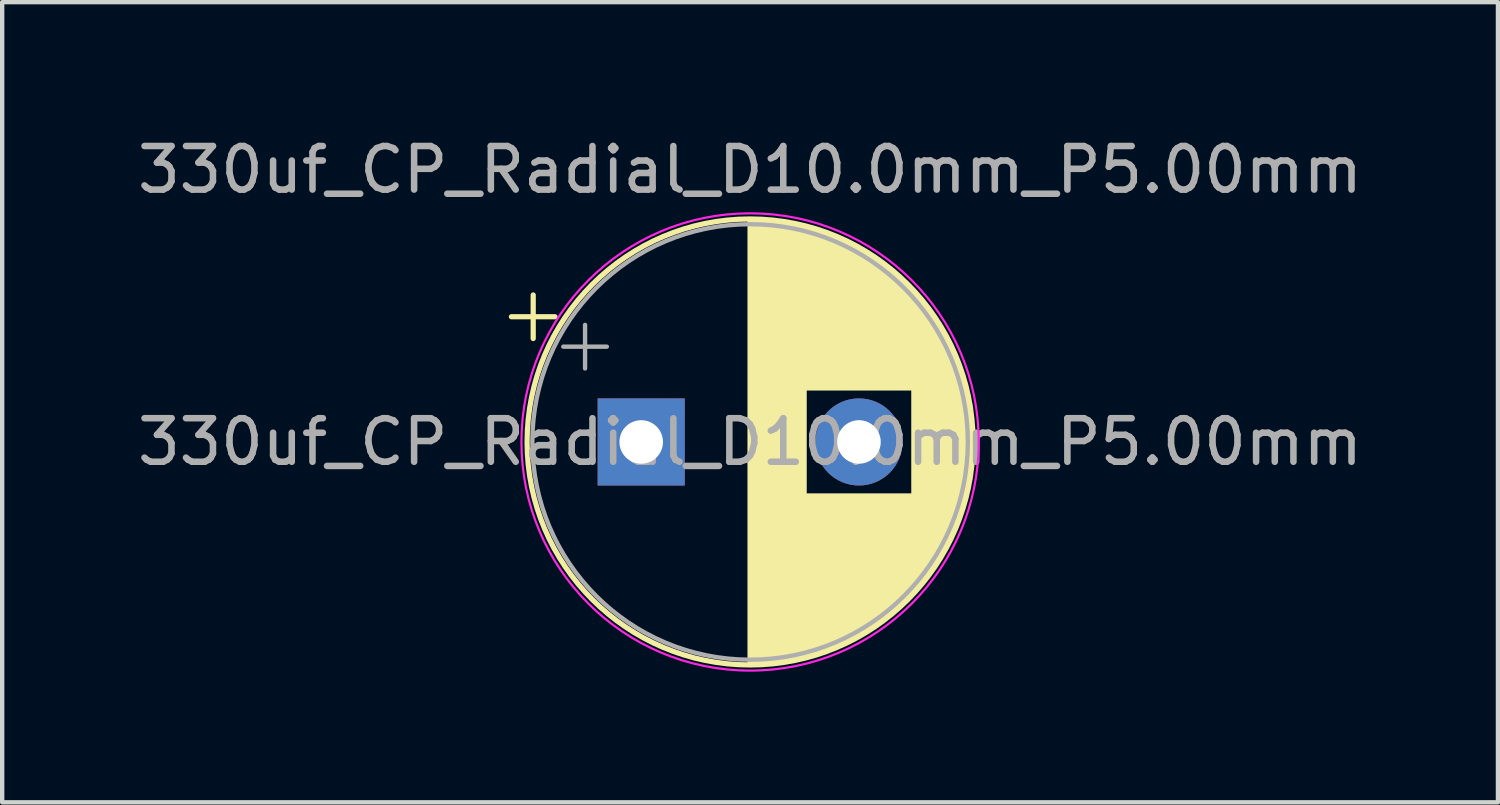
<source format=kicad_pcb>
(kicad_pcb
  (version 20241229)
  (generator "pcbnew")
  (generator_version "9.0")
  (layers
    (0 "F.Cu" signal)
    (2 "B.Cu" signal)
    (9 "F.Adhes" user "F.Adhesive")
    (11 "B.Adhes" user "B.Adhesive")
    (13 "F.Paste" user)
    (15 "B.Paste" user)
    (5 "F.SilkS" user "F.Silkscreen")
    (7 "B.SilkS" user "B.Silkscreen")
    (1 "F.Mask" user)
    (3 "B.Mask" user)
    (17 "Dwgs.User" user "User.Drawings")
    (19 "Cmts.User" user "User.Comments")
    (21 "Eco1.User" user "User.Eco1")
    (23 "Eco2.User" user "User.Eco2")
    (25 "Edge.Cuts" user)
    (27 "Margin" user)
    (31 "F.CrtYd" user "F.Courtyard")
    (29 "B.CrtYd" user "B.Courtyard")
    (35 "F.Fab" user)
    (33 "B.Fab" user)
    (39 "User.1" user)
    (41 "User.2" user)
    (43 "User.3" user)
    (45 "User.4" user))
  (footprint "330uf_CP_Radial_D10.0mm_P5.00mm"
    (layer "F.Cu")
    (at 11.673 7.098)
    (property "Reference" "330uf_CP_Radial_D10.0mm_P5.00mm" (at 2.5 -6.25 0) (layer "F.Fab") (effects (font (size 1 1) (thickness 0.15))))
    (attr through_hole)
    (fp_line (start -2.98 -2.875) (end -1.98 -2.875) (stroke (width 0.12) (type solid)) (layer "F.SilkS"))
    (fp_line (start -2.48 -3.375) (end -2.48 -2.375) (stroke (width 0.12) (type solid)) (layer "F.SilkS"))
    (fp_line (start 2.5 -5.08) (end 2.5 5.08) (stroke (width 0.12) (type solid)) (layer "F.SilkS"))
    (fp_line (start 2.54 -5.08) (end 2.54 5.08) (stroke (width 0.12) (type solid)) (layer "F.SilkS"))
    (fp_line (start 2.58 -5.08) (end 2.58 5.08) (stroke (width 0.12) (type solid)) (layer "F.SilkS"))
    (fp_line (start 2.62 -5.079) (end 2.62 5.079) (stroke (width 0.12) (type solid)) (layer "F.SilkS"))
    (fp_line (start 2.66 -5.078) (end 2.66 5.078) (stroke (width 0.12) (type solid)) (layer "F.SilkS"))
    (fp_line (start 2.7 -5.077) (end 2.7 5.077) (stroke (width 0.12) (type solid)) (layer "F.SilkS"))
    (fp_line (start 2.74 -5.075) (end 2.74 5.075) (stroke (width 0.12) (type solid)) (layer "F.SilkS"))
    (fp_line (start 2.78 -5.073) (end 2.78 5.073) (stroke (width 0.12) (type solid)) (layer "F.SilkS"))
    (fp_line (start 2.82 -5.07) (end 2.82 5.07) (stroke (width 0.12) (type solid)) (layer "F.SilkS"))
    (fp_line (start 2.86 -5.068) (end 2.86 5.068) (stroke (width 0.12) (type solid)) (layer "F.SilkS"))
    (fp_line (start 2.9 -5.065) (end 2.9 5.065) (stroke (width 0.12) (type solid)) (layer "F.SilkS"))
    (fp_line (start 2.94 -5.062) (end 2.94 5.062) (stroke (width 0.12) (type solid)) (layer "F.SilkS"))
    (fp_line (start 2.98 -5.058) (end 2.98 5.058) (stroke (width 0.12) (type solid)) (layer "F.SilkS"))
    (fp_line (start 3.02 -5.054) (end 3.02 5.054) (stroke (width 0.12) (type solid)) (layer "F.SilkS"))
    (fp_line (start 3.06 -5.05) (end 3.06 5.05) (stroke (width 0.12) (type solid)) (layer "F.SilkS"))
    (fp_line (start 3.1 -5.045) (end 3.1 5.045) (stroke (width 0.12) (type solid)) (layer "F.SilkS"))
    (fp_line (start 3.14 -5.04) (end 3.14 5.04) (stroke (width 0.12) (type solid)) (layer "F.SilkS"))
    (fp_line (start 3.18 -5.035) (end 3.18 5.035) (stroke (width 0.12) (type solid)) (layer "F.SilkS"))
    (fp_line (start 3.221 -5.03) (end 3.221 5.03) (stroke (width 0.12) (type solid)) (layer "F.SilkS"))
    (fp_line (start 3.261 -5.024) (end 3.261 5.024) (stroke (width 0.12) (type solid)) (layer "F.SilkS"))
    (fp_line (start 3.301 -5.018) (end 3.301 5.018) (stroke (width 0.12) (type solid)) (layer "F.SilkS"))
    (fp_line (start 3.341 -5.011) (end 3.341 5.011) (stroke (width 0.12) (type solid)) (layer "F.SilkS"))
    (fp_line (start 3.381 -5.004) (end 3.381 5.004) (stroke (width 0.12) (type solid)) (layer "F.SilkS"))
    (fp_line (start 3.421 -4.997) (end 3.421 4.997) (stroke (width 0.12) (type solid)) (layer "F.SilkS"))
    (fp_line (start 3.461 -4.99) (end 3.461 4.99) (stroke (width 0.12) (type solid)) (layer "F.SilkS"))
    (fp_line (start 3.501 -4.982) (end 3.501 4.982) (stroke (width 0.12) (type solid)) (layer "F.SilkS"))
    (fp_line (start 3.541 -4.974) (end 3.541 4.974) (stroke (width 0.12) (type solid)) (layer "F.SilkS"))
    (fp_line (start 3.581 -4.965) (end 3.581 4.965) (stroke (width 0.12) (type solid)) (layer "F.SilkS"))
    (fp_line (start 3.621 -4.956) (end 3.621 4.956) (stroke (width 0.12) (type solid)) (layer "F.SilkS"))
    (fp_line (start 3.661 -4.947) (end 3.661 4.947) (stroke (width 0.12) (type solid)) (layer "F.SilkS"))
    (fp_line (start 3.701 -4.938) (end 3.701 4.938) (stroke (width 0.12) (type solid)) (layer "F.SilkS"))
    (fp_line (start 3.741 -4.928) (end 3.741 4.928) (stroke (width 0.12) (type solid)) (layer "F.SilkS"))
    (fp_line (start 3.781 -4.918) (end 3.781 -1.241) (stroke (width 0.12) (type solid)) (layer "F.SilkS"))
    (fp_line (start 3.781 1.241) (end 3.781 4.918) (stroke (width 0.12) (type solid)) (layer "F.SilkS"))
    (fp_line (start 3.821 -4.907) (end 3.821 -1.241) (stroke (width 0.12) (type solid)) (layer "F.SilkS"))
    (fp_line (start 3.821 1.241) (end 3.821 4.907) (stroke (width 0.12) (type solid)) (layer "F.SilkS"))
    (fp_line (start 3.861 -4.897) (end 3.861 -1.241) (stroke (width 0.12) (type solid)) (layer "F.SilkS"))
    (fp_line (start 3.861 1.241) (end 3.861 4.897) (stroke (width 0.12) (type solid)) (layer "F.SilkS"))
    (fp_line (start 3.901 -4.885) (end 3.901 -1.241) (stroke (width 0.12) (type solid)) (layer "F.SilkS"))
    (fp_line (start 3.901 1.241) (end 3.901 4.885) (stroke (width 0.12) (type solid)) (layer "F.SilkS"))
    (fp_line (start 3.941 -4.874) (end 3.941 -1.241) (stroke (width 0.12) (type solid)) (layer "F.SilkS"))
    (fp_line (start 3.941 1.241) (end 3.941 4.874) (stroke (width 0.12) (type solid)) (layer "F.SilkS"))
    (fp_line (start 3.981 -4.862) (end 3.981 -1.241) (stroke (width 0.12) (type solid)) (layer "F.SilkS"))
    (fp_line (start 3.981 1.241) (end 3.981 4.862) (stroke (width 0.12) (type solid)) (layer "F.SilkS"))
    (fp_line (start 4.021 -4.85) (end 4.021 -1.241) (stroke (width 0.12) (type solid)) (layer "F.SilkS"))
    (fp_line (start 4.021 1.241) (end 4.021 4.85) (stroke (width 0.12) (type solid)) (layer "F.SilkS"))
    (fp_line (start 4.061 -4.837) (end 4.061 -1.241) (stroke (width 0.12) (type solid)) (layer "F.SilkS"))
    (fp_line (start 4.061 1.241) (end 4.061 4.837) (stroke (width 0.12) (type solid)) (layer "F.SilkS"))
    (fp_line (start 4.101 -4.824) (end 4.101 -1.241) (stroke (width 0.12) (type solid)) (layer "F.SilkS"))
    (fp_line (start 4.101 1.241) (end 4.101 4.824) (stroke (width 0.12) (type solid)) (layer "F.SilkS"))
    (fp_line (start 4.141 -4.811) (end 4.141 -1.241) (stroke (width 0.12) (type solid)) (layer "F.SilkS"))
    (fp_line (start 4.141 1.241) (end 4.141 4.811) (stroke (width 0.12) (type solid)) (layer "F.SilkS"))
    (fp_line (start 4.181 -4.797) (end 4.181 -1.241) (stroke (width 0.12) (type solid)) (layer "F.SilkS"))
    (fp_line (start 4.181 1.241) (end 4.181 4.797) (stroke (width 0.12) (type solid)) (layer "F.SilkS"))
    (fp_line (start 4.221 -4.783) (end 4.221 -1.241) (stroke (width 0.12) (type solid)) (layer "F.SilkS"))
    (fp_line (start 4.221 1.241) (end 4.221 4.783) (stroke (width 0.12) (type solid)) (layer "F.SilkS"))
    (fp_line (start 4.261 -4.768) (end 4.261 -1.241) (stroke (width 0.12) (type solid)) (layer "F.SilkS"))
    (fp_line (start 4.261 1.241) (end 4.261 4.768) (stroke (width 0.12) (type solid)) (layer "F.SilkS"))
    (fp_line (start 4.301 -4.754) (end 4.301 -1.241) (stroke (width 0.12) (type solid)) (layer "F.SilkS"))
    (fp_line (start 4.301 1.241) (end 4.301 4.754) (stroke (width 0.12) (type solid)) (layer "F.SilkS"))
    (fp_line (start 4.341 -4.738) (end 4.341 -1.241) (stroke (width 0.12) (type solid)) (layer "F.SilkS"))
    (fp_line (start 4.341 1.241) (end 4.341 4.738) (stroke (width 0.12) (type solid)) (layer "F.SilkS"))
    (fp_line (start 4.381 -4.723) (end 4.381 -1.241) (stroke (width 0.12) (type solid)) (layer "F.SilkS"))
    (fp_line (start 4.381 1.241) (end 4.381 4.723) (stroke (width 0.12) (type solid)) (layer "F.SilkS"))
    (fp_line (start 4.421 -4.707) (end 4.421 -1.241) (stroke (width 0.12) (type solid)) (layer "F.SilkS"))
    (fp_line (start 4.421 1.241) (end 4.421 4.707) (stroke (width 0.12) (type solid)) (layer "F.SilkS"))
    (fp_line (start 4.461 -4.69) (end 4.461 -1.241) (stroke (width 0.12) (type solid)) (layer "F.SilkS"))
    (fp_line (start 4.461 1.241) (end 4.461 4.69) (stroke (width 0.12) (type solid)) (layer "F.SilkS"))
    (fp_line (start 4.501 -4.674) (end 4.501 -1.241) (stroke (width 0.12) (type solid)) (layer "F.SilkS"))
    (fp_line (start 4.501 1.241) (end 4.501 4.674) (stroke (width 0.12) (type solid)) (layer "F.SilkS"))
    (fp_line (start 4.541 -4.657) (end 4.541 -1.241) (stroke (width 0.12) (type solid)) (layer "F.SilkS"))
    (fp_line (start 4.541 1.241) (end 4.541 4.657) (stroke (width 0.12) (type solid)) (layer "F.SilkS"))
    (fp_line (start 4.581 -4.639) (end 4.581 -1.241) (stroke (width 0.12) (type solid)) (layer "F.SilkS"))
    (fp_line (start 4.581 1.241) (end 4.581 4.639) (stroke (width 0.12) (type solid)) (layer "F.SilkS"))
    (fp_line (start 4.621 -4.621) (end 4.621 -1.241) (stroke (width 0.12) (type solid)) (layer "F.SilkS"))
    (fp_line (start 4.621 1.241) (end 4.621 4.621) (stroke (width 0.12) (type solid)) (layer "F.SilkS"))
    (fp_line (start 4.661 -4.603) (end 4.661 -1.241) (stroke (width 0.12) (type solid)) (layer "F.SilkS"))
    (fp_line (start 4.661 1.241) (end 4.661 4.603) (stroke (width 0.12) (type solid)) (layer "F.SilkS"))
    (fp_line (start 4.701 -4.584) (end 4.701 -1.241) (stroke (width 0.12) (type solid)) (layer "F.SilkS"))
    (fp_line (start 4.701 1.241) (end 4.701 4.584) (stroke (width 0.12) (type solid)) (layer "F.SilkS"))
    (fp_line (start 4.741 -4.564) (end 4.741 -1.241) (stroke (width 0.12) (type solid)) (layer "F.SilkS"))
    (fp_line (start 4.741 1.241) (end 4.741 4.564) (stroke (width 0.12) (type solid)) (layer "F.SilkS"))
    (fp_line (start 4.781 -4.545) (end 4.781 -1.241) (stroke (width 0.12) (type solid)) (layer "F.SilkS"))
    (fp_line (start 4.781 1.241) (end 4.781 4.545) (stroke (width 0.12) (type solid)) (layer "F.SilkS"))
    (fp_line (start 4.821 -4.525) (end 4.821 -1.241) (stroke (width 0.12) (type solid)) (layer "F.SilkS"))
    (fp_line (start 4.821 1.241) (end 4.821 4.525) (stroke (width 0.12) (type solid)) (layer "F.SilkS"))
    (fp_line (start 4.861 -4.504) (end 4.861 -1.241) (stroke (width 0.12) (type solid)) (layer "F.SilkS"))
    (fp_line (start 4.861 1.241) (end 4.861 4.504) (stroke (width 0.12) (type solid)) (layer "F.SilkS"))
    (fp_line (start 4.901 -4.483) (end 4.901 -1.241) (stroke (width 0.12) (type solid)) (layer "F.SilkS"))
    (fp_line (start 4.901 1.241) (end 4.901 4.483) (stroke (width 0.12) (type solid)) (layer "F.SilkS"))
    (fp_line (start 4.941 -4.462) (end 4.941 -1.241) (stroke (width 0.12) (type solid)) (layer "F.SilkS"))
    (fp_line (start 4.941 1.241) (end 4.941 4.462) (stroke (width 0.12) (type solid)) (layer "F.SilkS"))
    (fp_line (start 4.981 -4.44) (end 4.981 -1.241) (stroke (width 0.12) (type solid)) (layer "F.SilkS"))
    (fp_line (start 4.981 1.241) (end 4.981 4.44) (stroke (width 0.12) (type solid)) (layer "F.SilkS"))
    (fp_line (start 5.021 -4.417) (end 5.021 -1.241) (stroke (width 0.12) (type solid)) (layer "F.SilkS"))
    (fp_line (start 5.021 1.241) (end 5.021 4.417) (stroke (width 0.12) (type solid)) (layer "F.SilkS"))
    (fp_line (start 5.061 -4.395) (end 5.061 -1.241) (stroke (width 0.12) (type solid)) (layer "F.SilkS"))
    (fp_line (start 5.061 1.241) (end 5.061 4.395) (stroke (width 0.12) (type solid)) (layer "F.SilkS"))
    (fp_line (start 5.101 -4.371) (end 5.101 -1.241) (stroke (width 0.12) (type solid)) (layer "F.SilkS"))
    (fp_line (start 5.101 1.241) (end 5.101 4.371) (stroke (width 0.12) (type solid)) (layer "F.SilkS"))
    (fp_line (start 5.141 -4.347) (end 5.141 -1.241) (stroke (width 0.12) (type solid)) (layer "F.SilkS"))
    (fp_line (start 5.141 1.241) (end 5.141 4.347) (stroke (width 0.12) (type solid)) (layer "F.SilkS"))
    (fp_line (start 5.181 -4.323) (end 5.181 -1.241) (stroke (width 0.12) (type solid)) (layer "F.SilkS"))
    (fp_line (start 5.181 1.241) (end 5.181 4.323) (stroke (width 0.12) (type solid)) (layer "F.SilkS"))
    (fp_line (start 5.221 -4.298) (end 5.221 -1.241) (stroke (width 0.12) (type solid)) (layer "F.SilkS"))
    (fp_line (start 5.221 1.241) (end 5.221 4.298) (stroke (width 0.12) (type solid)) (layer "F.SilkS"))
    (fp_line (start 5.261 -4.273) (end 5.261 -1.241) (stroke (width 0.12) (type solid)) (layer "F.SilkS"))
    (fp_line (start 5.261 1.241) (end 5.261 4.273) (stroke (width 0.12) (type solid)) (layer "F.SilkS"))
    (fp_line (start 5.301 -4.247) (end 5.301 -1.241) (stroke (width 0.12) (type solid)) (layer "F.SilkS"))
    (fp_line (start 5.301 1.241) (end 5.301 4.247) (stroke (width 0.12) (type solid)) (layer "F.SilkS"))
    (fp_line (start 5.341 -4.221) (end 5.341 -1.241) (stroke (width 0.12) (type solid)) (layer "F.SilkS"))
    (fp_line (start 5.341 1.241) (end 5.341 4.221) (stroke (width 0.12) (type solid)) (layer "F.SilkS"))
    (fp_line (start 5.381 -4.194) (end 5.381 -1.241) (stroke (width 0.12) (type solid)) (layer "F.SilkS"))
    (fp_line (start 5.381 1.241) (end 5.381 4.194) (stroke (width 0.12) (type solid)) (layer "F.SilkS"))
    (fp_line (start 5.421 -4.166) (end 5.421 -1.241) (stroke (width 0.12) (type solid)) (layer "F.SilkS"))
    (fp_line (start 5.421 1.241) (end 5.421 4.166) (stroke (width 0.12) (type solid)) (layer "F.SilkS"))
    (fp_line (start 5.461 -4.138) (end 5.461 -1.241) (stroke (width 0.12) (type solid)) (layer "F.SilkS"))
    (fp_line (start 5.461 1.241) (end 5.461 4.138) (stroke (width 0.12) (type solid)) (layer "F.SilkS"))
    (fp_line (start 5.501 -4.11) (end 5.501 -1.241) (stroke (width 0.12) (type solid)) (layer "F.SilkS"))
    (fp_line (start 5.501 1.241) (end 5.501 4.11) (stroke (width 0.12) (type solid)) (layer "F.SilkS"))
    (fp_line (start 5.541 -4.08) (end 5.541 -1.241) (stroke (width 0.12) (type solid)) (layer "F.SilkS"))
    (fp_line (start 5.541 1.241) (end 5.541 4.08) (stroke (width 0.12) (type solid)) (layer "F.SilkS"))
    (fp_line (start 5.581 -4.05) (end 5.581 -1.241) (stroke (width 0.12) (type solid)) (layer "F.SilkS"))
    (fp_line (start 5.581 1.241) (end 5.581 4.05) (stroke (width 0.12) (type solid)) (layer "F.SilkS"))
    (fp_line (start 5.621 -4.02) (end 5.621 -1.241) (stroke (width 0.12) (type solid)) (layer "F.SilkS"))
    (fp_line (start 5.621 1.241) (end 5.621 4.02) (stroke (width 0.12) (type solid)) (layer "F.SilkS"))
    (fp_line (start 5.661 -3.989) (end 5.661 -1.241) (stroke (width 0.12) (type solid)) (layer "F.SilkS"))
    (fp_line (start 5.661 1.241) (end 5.661 3.989) (stroke (width 0.12) (type solid)) (layer "F.SilkS"))
    (fp_line (start 5.701 -3.957) (end 5.701 -1.241) (stroke (width 0.12) (type solid)) (layer "F.SilkS"))
    (fp_line (start 5.701 1.241) (end 5.701 3.957) (stroke (width 0.12) (type solid)) (layer "F.SilkS"))
    (fp_line (start 5.741 -3.925) (end 5.741 -1.241) (stroke (width 0.12) (type solid)) (layer "F.SilkS"))
    (fp_line (start 5.741 1.241) (end 5.741 3.925) (stroke (width 0.12) (type solid)) (layer "F.SilkS"))
    (fp_line (start 5.781 -3.892) (end 5.781 -1.241) (stroke (width 0.12) (type solid)) (layer "F.SilkS"))
    (fp_line (start 5.781 1.241) (end 5.781 3.892) (stroke (width 0.12) (type solid)) (layer "F.SilkS"))
    (fp_line (start 5.821 -3.858) (end 5.821 -1.241) (stroke (width 0.12) (type solid)) (layer "F.SilkS"))
    (fp_line (start 5.821 1.241) (end 5.821 3.858) (stroke (width 0.12) (type solid)) (layer "F.SilkS"))
    (fp_line (start 5.861 -3.824) (end 5.861 -1.241) (stroke (width 0.12) (type solid)) (layer "F.SilkS"))
    (fp_line (start 5.861 1.241) (end 5.861 3.824) (stroke (width 0.12) (type solid)) (layer "F.SilkS"))
    (fp_line (start 5.901 -3.789) (end 5.901 -1.241) (stroke (width 0.12) (type solid)) (layer "F.SilkS"))
    (fp_line (start 5.901 1.241) (end 5.901 3.789) (stroke (width 0.12) (type solid)) (layer "F.SilkS"))
    (fp_line (start 5.941 -3.753) (end 5.941 -1.241) (stroke (width 0.12) (type solid)) (layer "F.SilkS"))
    (fp_line (start 5.941 1.241) (end 5.941 3.753) (stroke (width 0.12) (type solid)) (layer "F.SilkS"))
    (fp_line (start 5.981 -3.716) (end 5.981 -1.241) (stroke (width 0.12) (type solid)) (layer "F.SilkS"))
    (fp_line (start 5.981 1.241) (end 5.981 3.716) (stroke (width 0.12) (type solid)) (layer "F.SilkS"))
    (fp_line (start 6.021 -3.679) (end 6.021 -1.241) (stroke (width 0.12) (type solid)) (layer "F.SilkS"))
    (fp_line (start 6.021 1.241) (end 6.021 3.679) (stroke (width 0.12) (type solid)) (layer "F.SilkS"))
    (fp_line (start 6.061 -3.64) (end 6.061 -1.241) (stroke (width 0.12) (type solid)) (layer "F.SilkS"))
    (fp_line (start 6.061 1.241) (end 6.061 3.64) (stroke (width 0.12) (type solid)) (layer "F.SilkS"))
    (fp_line (start 6.101 -3.601) (end 6.101 -1.241) (stroke (width 0.12) (type solid)) (layer "F.SilkS"))
    (fp_line (start 6.101 1.241) (end 6.101 3.601) (stroke (width 0.12) (type solid)) (layer "F.SilkS"))
    (fp_line (start 6.141 -3.561) (end 6.141 -1.241) (stroke (width 0.12) (type solid)) (layer "F.SilkS"))
    (fp_line (start 6.141 1.241) (end 6.141 3.561) (stroke (width 0.12) (type solid)) (layer "F.SilkS"))
    (fp_line (start 6.181 -3.52) (end 6.181 -1.241) (stroke (width 0.12) (type solid)) (layer "F.SilkS"))
    (fp_line (start 6.181 1.241) (end 6.181 3.52) (stroke (width 0.12) (type solid)) (layer "F.SilkS"))
    (fp_line (start 6.221 -3.478) (end 6.221 -1.241) (stroke (width 0.12) (type solid)) (layer "F.SilkS"))
    (fp_line (start 6.221 1.241) (end 6.221 3.478) (stroke (width 0.12) (type solid)) (layer "F.SilkS"))
    (fp_line (start 6.261 -3.436) (end 6.261 3.436) (stroke (width 0.12) (type solid)) (layer "F.SilkS"))
    (fp_line (start 6.301 -3.392) (end 6.301 3.392) (stroke (width 0.12) (type solid)) (layer "F.SilkS"))
    (fp_line (start 6.341 -3.347) (end 6.341 3.347) (stroke (width 0.12) (type solid)) (layer "F.SilkS"))
    (fp_line (start 6.381 -3.301) (end 6.381 3.301) (stroke (width 0.12) (type solid)) (layer "F.SilkS"))
    (fp_line (start 6.421 -3.254) (end 6.421 3.254) (stroke (width 0.12) (type solid)) (layer "F.SilkS"))
    (fp_line (start 6.461 -3.206) (end 6.461 3.206) (stroke (width 0.12) (type solid)) (layer "F.SilkS"))
    (fp_line (start 6.501 -3.156) (end 6.501 3.156) (stroke (width 0.12) (type solid)) (layer "F.SilkS"))
    (fp_line (start 6.541 -3.106) (end 6.541 3.106) (stroke (width 0.12) (type solid)) (layer "F.SilkS"))
    (fp_line (start 6.581 -3.054) (end 6.581 3.054) (stroke (width 0.12) (type solid)) (layer "F.SilkS"))
    (fp_line (start 6.621 -3) (end 6.621 3) (stroke (width 0.12) (type solid)) (layer "F.SilkS"))
    (fp_line (start 6.661 -2.945) (end 6.661 2.945) (stroke (width 0.12) (type solid)) (layer "F.SilkS"))
    (fp_line (start 6.701 -2.889) (end 6.701 2.889) (stroke (width 0.12) (type solid)) (layer "F.SilkS"))
    (fp_line (start 6.741 -2.83) (end 6.741 2.83) (stroke (width 0.12) (type solid)) (layer "F.SilkS"))
    (fp_line (start 6.781 -2.77) (end 6.781 2.77) (stroke (width 0.12) (type solid)) (layer "F.SilkS"))
    (fp_line (start 6.821 -2.709) (end 6.821 2.709) (stroke (width 0.12) (type solid)) (layer "F.SilkS"))
    (fp_line (start 6.861 -2.645) (end 6.861 2.645) (stroke (width 0.12) (type solid)) (layer "F.SilkS"))
    (fp_line (start 6.901 -2.579) (end 6.901 2.579) (stroke (width 0.12) (type solid)) (layer "F.SilkS"))
    (fp_line (start 6.941 -2.51) (end 6.941 2.51) (stroke (width 0.12) (type solid)) (layer "F.SilkS"))
    (fp_line (start 6.981 -2.439) (end 6.981 2.439) (stroke (width 0.12) (type solid)) (layer "F.SilkS"))
    (fp_line (start 7.021 -2.365) (end 7.021 2.365) (stroke (width 0.12) (type solid)) (layer "F.SilkS"))
    (fp_line (start 7.061 -2.289) (end 7.061 2.289) (stroke (width 0.12) (type solid)) (layer "F.SilkS"))
    (fp_line (start 7.101 -2.209) (end 7.101 2.209) (stroke (width 0.12) (type solid)) (layer "F.SilkS"))
    (fp_line (start 7.141 -2.125) (end 7.141 2.125) (stroke (width 0.12) (type solid)) (layer "F.SilkS"))
    (fp_line (start 7.181 -2.037) (end 7.181 2.037) (stroke (width 0.12) (type solid)) (layer "F.SilkS"))
    (fp_line (start 7.221 -1.944) (end 7.221 1.944) (stroke (width 0.12) (type solid)) (layer "F.SilkS"))
    (fp_line (start 7.261 -1.846) (end 7.261 1.846) (stroke (width 0.12) (type solid)) (layer "F.SilkS"))
    (fp_line (start 7.301 -1.742) (end 7.301 1.742) (stroke (width 0.12) (type solid)) (layer "F.SilkS"))
    (fp_line (start 7.341 -1.63) (end 7.341 1.63) (stroke (width 0.12) (type solid)) (layer "F.SilkS"))
    (fp_line (start 7.381 -1.51) (end 7.381 1.51) (stroke (width 0.12) (type solid)) (layer "F.SilkS"))
    (fp_line (start 7.421 -1.378) (end 7.421 1.378) (stroke (width 0.12) (type solid)) (layer "F.SilkS"))
    (fp_line (start 7.461 -1.23) (end 7.461 1.23) (stroke (width 0.12) (type solid)) (layer "F.SilkS"))
    (fp_line (start 7.501 -1.062) (end 7.501 1.062) (stroke (width 0.12) (type solid)) (layer "F.SilkS"))
    (fp_line (start 7.541 -0.862) (end 7.541 0.862) (stroke (width 0.12) (type solid)) (layer "F.SilkS"))
    (fp_line (start 7.581 -0.599) (end 7.581 0.599) (stroke (width 0.12) (type solid)) (layer "F.SilkS"))
    (fp_circle (center 2.5 0) (end 7.62 0) (stroke (width 0.12) (type solid)) (fill no) (layer "F.SilkS"))
    (fp_circle (center 2.5 0) (end 7.75 0) (stroke (width 0.05) (type solid)) (fill no) (layer "F.CrtYd"))
    (fp_line (start -1.789 -2.188) (end -0.789 -2.188) (stroke (width 0.1) (type solid)) (layer "F.Fab"))
    (fp_line (start -1.289 -2.688) (end -1.289 -1.688) (stroke (width 0.1) (type solid)) (layer "F.Fab"))
    (fp_circle (center 2.5 0) (end 7.5 0) (stroke (width 0.1) (type solid)) (fill no) (layer "F.Fab"))
    (fp_text user "${REFERENCE}" (at 2.5 0 0) (layer "F.Fab") (effects (font (size 1 1) (thickness 0.15))))
    (pad "1" thru_hole rect (at 0 0) (size 2 2) (drill 1) (layers "*.Cu" "*.Mask"))
    (pad "2" thru_hole circle (at 5 0) (size 2 2) (drill 1) (layers "*.Cu" "*.Mask")))
  (gr_rect
    (start -3 -3)
    (end 31.345 15.373)
    (stroke (width 0.1) (type default))
    (fill no)
    (layer "Edge.Cuts")))
</source>
